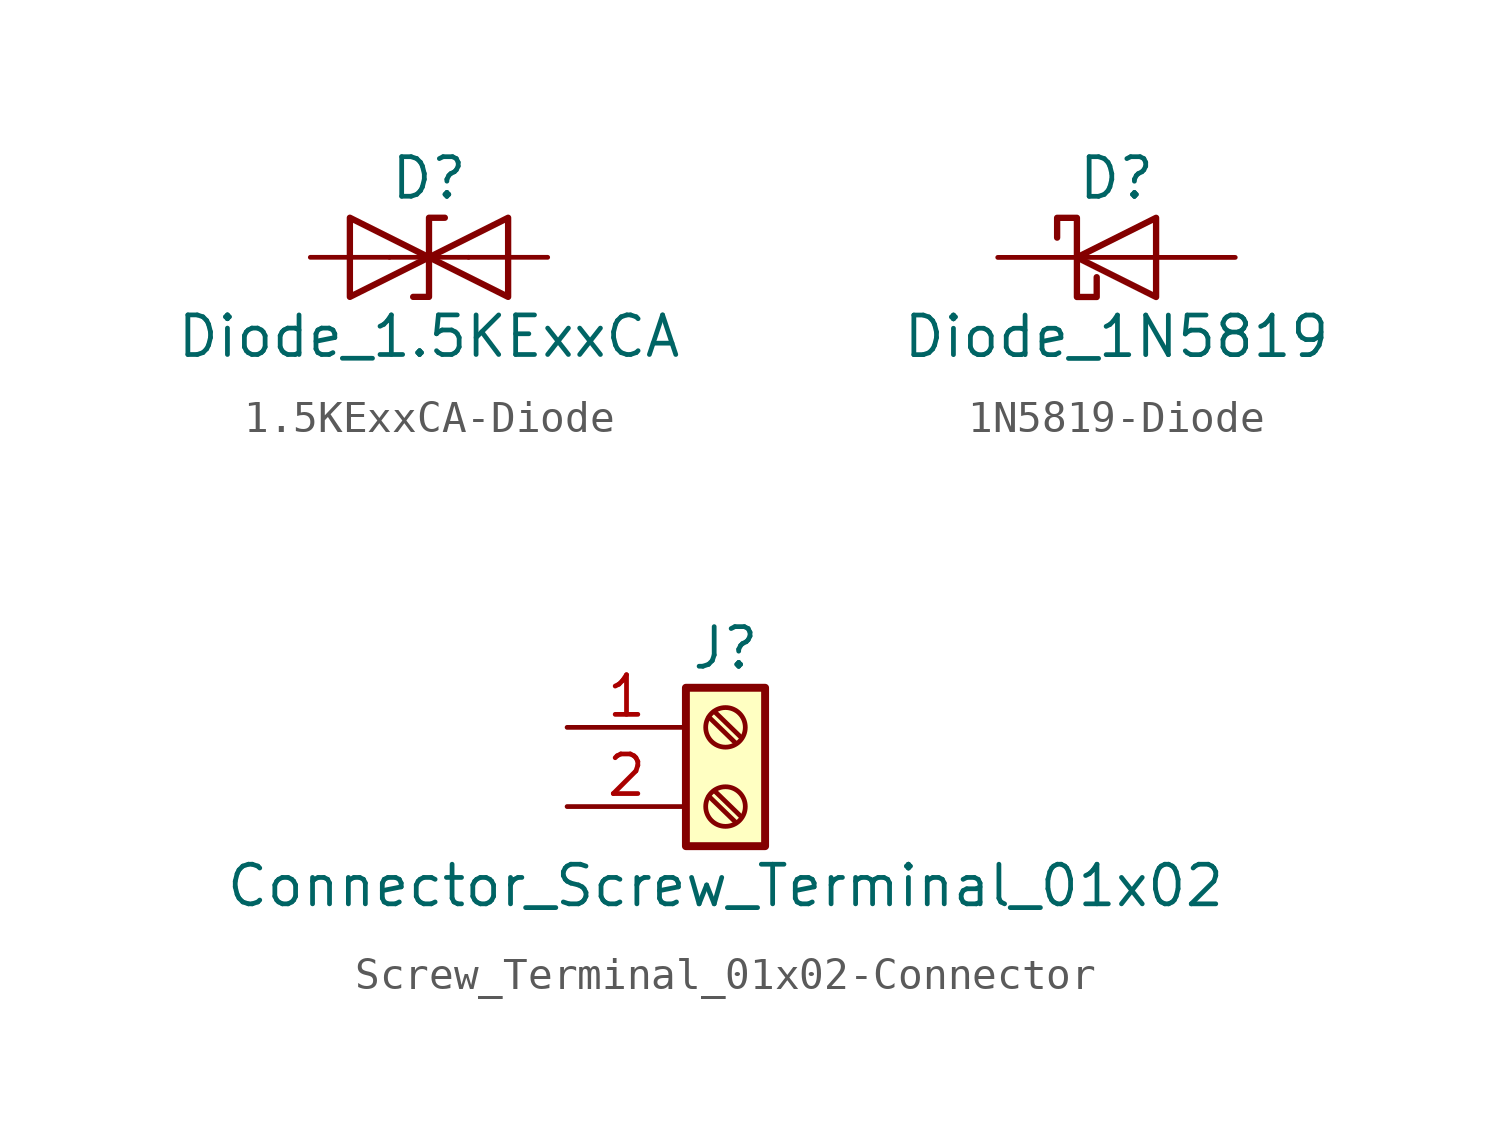
<source format=kicad_sym>
(kicad_symbol_lib
  (version 20220914)
  (generator kicad_symbol_editor)
  (symbol "1.5KExxCA-Diode"
    (pin_numbers hide)
    (pin_names
      (offset 1.016) hide)
    (property "Reference" "D"
      (at 0 2.54 0)
      (effects (font (size 1.27 1.27))))
    (property "Value" "Diode_1.5KExxCA"
      (at 0 -2.54 0)
      (effects (font (size 1.27 1.27))))
    (symbol "1.5KExxCA-Diode_0_1"
      (polyline (pts (xy 1.27 0) (xy -1.27 0)) (stroke (width 0) (type solid)) (fill (type none)))
      (polyline (pts (xy -2.54 -1.27) (xy 0 0) (xy -2.54 1.27) (xy -2.54 -1.27)) (stroke (width 0.203) (type solid)) (fill (type none)))
      (polyline (pts (xy 0.508 1.27) (xy 0 1.27) (xy 0 -1.27) (xy -0.508 -1.27)) (stroke (width 0.203) (type solid)) (fill (type none)))
      (polyline (pts (xy 2.54 1.27) (xy 2.54 -1.27) (xy 0 0) (xy 2.54 1.27)) (stroke (width 0.203) (type solid)) (fill (type none))))
    (symbol "1.5KExxCA-Diode_1_1"
      (pin passive line (at -3.81 0 0) (length 2.54) (name "A1" (effects (font (size 1.27 1.27)))) (number "1" (effects (font (size 1.27 1.27)))))
      (pin passive line (at 3.81 0 180) (length 2.54) (name "A2" (effects (font (size 1.27 1.27)))) (number "2" (effects (font (size 1.27 1.27)))))))
  (symbol "1N5819-Diode"
    (pin_numbers hide)
    (pin_names
      (offset 1.016) hide)
    (property "Reference" "D"
      (at 0 2.54 0)
      (effects (font (size 1.27 1.27))))
    (property "Value" "Diode_1N5819"
      (at 0 -2.54 0)
      (effects (font (size 1.27 1.27))))
    (symbol "1N5819-Diode_0_1"
      (polyline (pts (xy 1.27 0) (xy -1.27 0)) (stroke (width 0) (type solid)) (fill (type none)))
      (polyline (pts (xy 1.27 1.27) (xy 1.27 -1.27) (xy -1.27 0) (xy 1.27 1.27)) (stroke (width 0.203) (type solid)) (fill (type none)))
      (polyline (pts (xy -1.905 0.635) (xy -1.905 1.27) (xy -1.27 1.27) (xy -1.27 -1.27) (xy -0.635 -1.27) (xy -0.635 -0.635)) (stroke (width 0.203) (type solid)) (fill (type none))))
    (symbol "1N5819-Diode_1_1"
      (pin passive line (at -3.81 0 0) (length 2.54) (name "K" (effects (font (size 1.27 1.27)))) (number "1" (effects (font (size 1.27 1.27)))))
      (pin passive line (at 3.81 0 180) (length 2.54) (name "A" (effects (font (size 1.27 1.27)))) (number "2" (effects (font (size 1.27 1.27)))))))
  (symbol "Screw_Terminal_01x02-Connector"
    (pin_names
      (offset 1.016) hide)
    (property "Reference" "J"
      (at 0 2.54 0)
      (effects (font (size 1.27 1.27))))
    (property "Value" "Connector_Screw_Terminal_01x02"
      (at 0 -5.08 0)
      (effects (font (size 1.27 1.27))))
    (symbol "Screw_Terminal_01x02-Connector_1_1"
      (rectangle (start -1.27 1.27) (end 1.27 -3.81) (stroke (width 0.254) (type solid)) (fill (type background)))
      (circle (center 0 -2.54) (radius 0.635) (stroke (width 0.152) (type solid)) (fill (type none)))
      (polyline (pts (xy -0.533 -2.21) (xy 0.33 -3.048)) (stroke (width 0.152) (type solid)) (fill (type none)))
      (polyline (pts (xy -0.533 0.33) (xy 0.33 -0.508)) (stroke (width 0.152) (type solid)) (fill (type none)))
      (polyline (pts (xy -0.356 -2.032) (xy 0.508 -2.87)) (stroke (width 0.152) (type solid)) (fill (type none)))
      (polyline (pts (xy -0.356 0.508) (xy 0.508 -0.33)) (stroke (width 0.152) (type solid)) (fill (type none)))
      (circle (center 0 0) (radius 0.635) (stroke (width 0.152) (type solid)) (fill (type none)))
      (pin passive line (at -5.08 0 0) (length 3.81) (name "Pin_1" (effects (font (size 1.27 1.27)))) (number "1" (effects (font (size 1.27 1.27)))))
      (pin passive line (at -5.08 -2.54 0) (length 3.81) (name "Pin_2" (effects (font (size 1.27 1.27)))) (number "2" (effects (font (size 1.27 1.27))))))))
</source>
